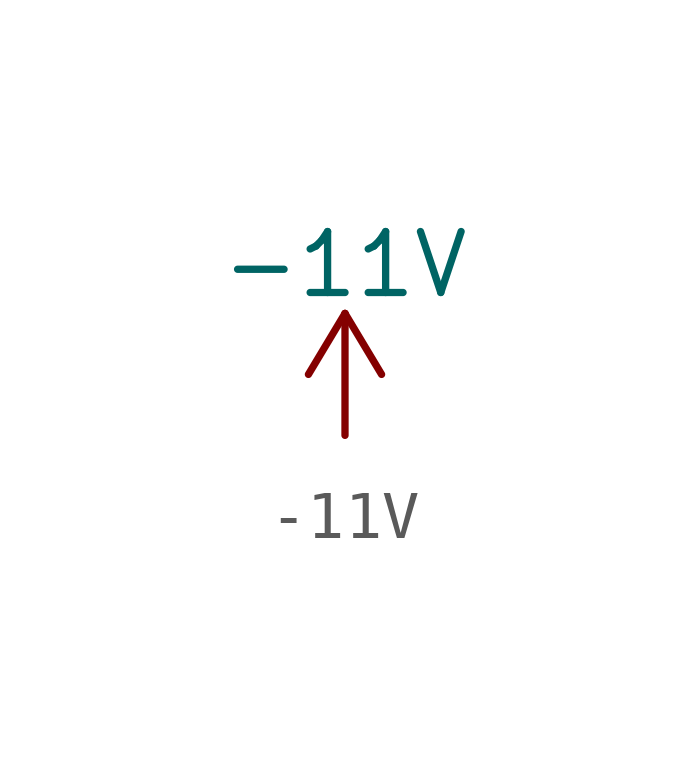
<source format=kicad_sym>
(kicad_symbol_lib
  (version 20231120)
  (generator "kicad_symbol_editor")
  (generator_version "8.0")
  (symbol "-11V"
    (power)
    (pin_names
      (offset 0))
    (property "Reference" "#PWR"
      (at 0 -3.81 0)
      (effects (font (size 1.27 1.27)) (hide yes)))
    (property "Value" "-11V"
      (at 0 3.556 0)
      (effects (font (size 1.27 1.27))))
    (symbol "-11V_0_1"
      (polyline (pts (xy -0.762 1.27) (xy 0 2.54)) (stroke (width 0) (type default)) (fill (type none)))
      (polyline (pts (xy 0 0) (xy 0 2.54)) (stroke (width 0) (type default)) (fill (type none)))
      (polyline (pts (xy 0 2.54) (xy 0.762 1.27)) (stroke (width 0) (type default)) (fill (type none))))
    (symbol "-11V_1_1"
      (pin power_in line (at 0 0 90) (length 0) hide (name "-11V" (effects (font (size 1.27 1.27)))) (number "1" (effects (font (size 1.27 1.27))))))))
</source>
